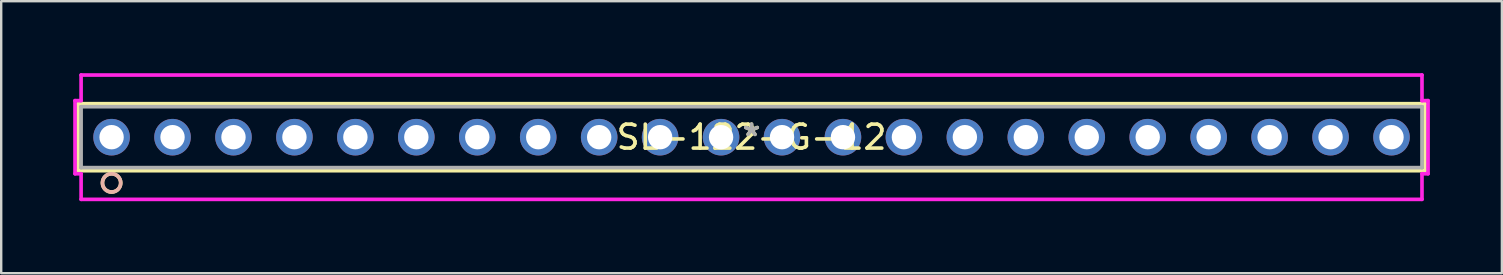
<source format=kicad_pcb>
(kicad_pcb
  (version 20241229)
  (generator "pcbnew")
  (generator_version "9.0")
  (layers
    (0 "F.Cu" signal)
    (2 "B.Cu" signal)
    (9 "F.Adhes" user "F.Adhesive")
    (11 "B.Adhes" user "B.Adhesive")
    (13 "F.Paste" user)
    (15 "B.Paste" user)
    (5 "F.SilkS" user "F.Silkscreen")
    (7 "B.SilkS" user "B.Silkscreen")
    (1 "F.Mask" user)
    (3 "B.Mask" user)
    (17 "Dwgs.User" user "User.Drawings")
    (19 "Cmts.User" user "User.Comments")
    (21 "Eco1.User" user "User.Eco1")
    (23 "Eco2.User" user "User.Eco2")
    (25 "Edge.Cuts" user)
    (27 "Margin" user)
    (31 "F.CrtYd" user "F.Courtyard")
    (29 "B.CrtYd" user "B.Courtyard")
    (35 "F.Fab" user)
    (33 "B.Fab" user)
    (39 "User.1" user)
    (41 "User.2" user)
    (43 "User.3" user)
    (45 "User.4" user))
  (footprint "SL-122-G-12"
    (layer "F.Cu")
    (at 28.27 2.667)
    (property "Reference" "SL-122-G-12" (at 0 0 0) (layer "F.SilkS") (effects (font (size 1 1) (thickness 0.15))))
    (attr through_hole)
    (fp_line (start -28.067 -1.397) (end -28.067 1.397) (stroke (width 0.152) (type solid)) (layer "F.SilkS"))
    (fp_line (start -28.067 1.397) (end 28.067 1.397) (stroke (width 0.152) (type solid)) (layer "F.SilkS"))
    (fp_line (start 28.067 -1.397) (end -28.067 -1.397) (stroke (width 0.152) (type solid)) (layer "F.SilkS"))
    (fp_line (start 28.067 1.397) (end 28.067 -1.397) (stroke (width 0.152) (type solid)) (layer "F.SilkS"))
    (fp_circle (center -26.67 1.905) (end -26.289 1.905) (stroke (width 0.152) (type solid)) (fill no) (layer "F.SilkS"))
    (fp_circle (center -26.67 1.905) (end -26.289 1.905) (stroke (width 0.152) (type solid)) (fill no) (layer "B.SilkS"))
    (fp_line (start -28.194 -1.524) (end -28.194 1.524) (stroke (width 0.152) (type solid)) (layer "F.CrtYd"))
    (fp_line (start -28.194 1.524) (end -27.94 1.524) (stroke (width 0.152) (type solid)) (layer "F.CrtYd"))
    (fp_line (start -27.94 -2.591) (end -27.94 -1.524) (stroke (width 0.152) (type solid)) (layer "F.CrtYd"))
    (fp_line (start -27.94 -1.524) (end -28.194 -1.524) (stroke (width 0.152) (type solid)) (layer "F.CrtYd"))
    (fp_line (start -27.94 1.524) (end -27.94 2.591) (stroke (width 0.152) (type solid)) (layer "F.CrtYd"))
    (fp_line (start -27.94 2.591) (end 27.94 2.591) (stroke (width 0.152) (type solid)) (layer "F.CrtYd"))
    (fp_line (start 27.94 -2.591) (end -27.94 -2.591) (stroke (width 0.152) (type solid)) (layer "F.CrtYd"))
    (fp_line (start 27.94 -1.524) (end 27.94 -2.591) (stroke (width 0.152) (type solid)) (layer "F.CrtYd"))
    (fp_line (start 27.94 1.524) (end 28.194 1.524) (stroke (width 0.152) (type solid)) (layer "F.CrtYd"))
    (fp_line (start 27.94 2.591) (end 27.94 1.524) (stroke (width 0.152) (type solid)) (layer "F.CrtYd"))
    (fp_line (start 28.194 -1.524) (end 27.94 -1.524) (stroke (width 0.152) (type solid)) (layer "F.CrtYd"))
    (fp_line (start 28.194 1.524) (end 28.194 -1.524) (stroke (width 0.152) (type solid)) (layer "F.CrtYd"))
    (fp_line (start -27.94 -1.27) (end -27.94 1.27) (stroke (width 0.152) (type solid)) (layer "F.Fab"))
    (fp_line (start -27.94 1.27) (end 27.94 1.27) (stroke (width 0.152) (type solid)) (layer "F.Fab"))
    (fp_line (start 27.94 -1.27) (end -27.94 -1.27) (stroke (width 0.152) (type solid)) (layer "F.Fab"))
    (fp_line (start 27.94 1.27) (end 27.94 -1.27) (stroke (width 0.152) (type solid)) (layer "F.Fab"))
    (fp_circle (center -26.67 0) (end -26.416 0) (stroke (width 0.152) (type solid)) (fill no) (layer "F.Fab"))
    (fp_text user "*" (at 0 0 0) (layer "F.SilkS") (effects (font (size 1 1) (thickness 0.15))))
    (fp_text user "Copyright 2016 Accelerated Designs. All rights reserved." (at 0 0 0) (layer "Cmts.User") (effects (font (size 0.127 0.127) (thickness 0.002))))
    (fp_text user "*" (at 0 0 0) (layer "F.Fab") (effects (font (size 1 1) (thickness 0.15))))
    (pad "1" thru_hole circle (at -26.67 0 90) (size 1.524 1.524) (drill 1.016) (layers "*.Cu" "*.Mask"))
    (pad "2" thru_hole circle (at -24.13 0 90) (size 1.524 1.524) (drill 1.016) (layers "*.Cu" "*.Mask"))
    (pad "3" thru_hole circle (at -21.59 0 90) (size 1.524 1.524) (drill 1.016) (layers "*.Cu" "*.Mask"))
    (pad "4" thru_hole circle (at -19.05 0 90) (size 1.524 1.524) (drill 1.016) (layers "*.Cu" "*.Mask"))
    (pad "5" thru_hole circle (at -16.51 0 90) (size 1.524 1.524) (drill 1.016) (layers "*.Cu" "*.Mask"))
    (pad "6" thru_hole circle (at -13.97 0 90) (size 1.524 1.524) (drill 1.016) (layers "*.Cu" "*.Mask"))
    (pad "7" thru_hole circle (at -11.43 0 90) (size 1.524 1.524) (drill 1.016) (layers "*.Cu" "*.Mask"))
    (pad "8" thru_hole circle (at -8.89 0 90) (size 1.524 1.524) (drill 1.016) (layers "*.Cu" "*.Mask"))
    (pad "9" thru_hole circle (at -6.35 0 90) (size 1.524 1.524) (drill 1.016) (layers "*.Cu" "*.Mask"))
    (pad "10" thru_hole circle (at -3.81 0 90) (size 1.524 1.524) (drill 1.016) (layers "*.Cu" "*.Mask"))
    (pad "11" thru_hole circle (at -1.27 0 90) (size 1.524 1.524) (drill 1.016) (layers "*.Cu" "*.Mask"))
    (pad "12" thru_hole circle (at 1.27 0 90) (size 1.524 1.524) (drill 1.016) (layers "*.Cu" "*.Mask"))
    (pad "13" thru_hole circle (at 3.81 0 90) (size 1.524 1.524) (drill 1.016) (layers "*.Cu" "*.Mask"))
    (pad "14" thru_hole circle (at 6.35 0 90) (size 1.524 1.524) (drill 1.016) (layers "*.Cu" "*.Mask"))
    (pad "15" thru_hole circle (at 8.89 0 90) (size 1.524 1.524) (drill 1.016) (layers "*.Cu" "*.Mask"))
    (pad "16" thru_hole circle (at 11.43 0 90) (size 1.524 1.524) (drill 1.016) (layers "*.Cu" "*.Mask"))
    (pad "17" thru_hole circle (at 13.97 0 90) (size 1.524 1.524) (drill 1.016) (layers "*.Cu" "*.Mask"))
    (pad "18" thru_hole circle (at 16.51 0 90) (size 1.524 1.524) (drill 1.016) (layers "*.Cu" "*.Mask"))
    (pad "19" thru_hole circle (at 19.05 0 90) (size 1.524 1.524) (drill 1.016) (layers "*.Cu" "*.Mask"))
    (pad "20" thru_hole circle (at 21.59 0 90) (size 1.524 1.524) (drill 1.016) (layers "*.Cu" "*.Mask"))
    (pad "21" thru_hole circle (at 24.13 0 90) (size 1.524 1.524) (drill 1.016) (layers "*.Cu" "*.Mask"))
    (pad "22" thru_hole circle (at 26.67 0 90) (size 1.524 1.524) (drill 1.016) (layers "*.Cu" "*.Mask")))
  (gr_rect
    (start -3 -3)
    (end 59.54 8.334)
    (stroke (width 0.1) (type default))
    (fill no)
    (layer "Edge.Cuts")))
</source>
